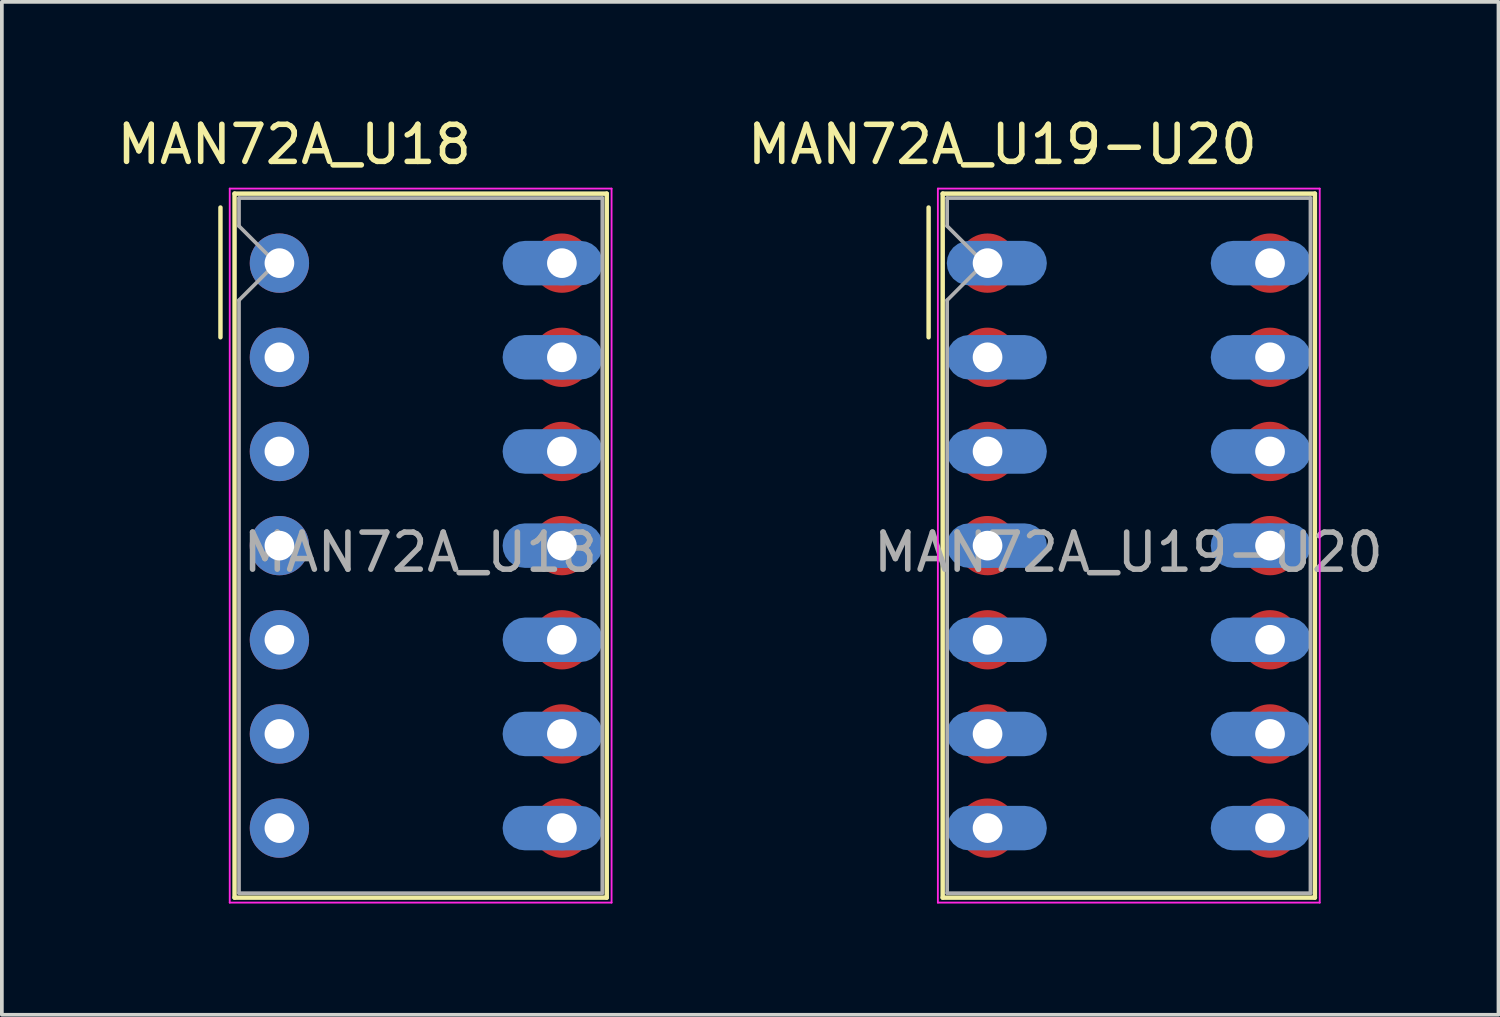
<source format=kicad_pcb>
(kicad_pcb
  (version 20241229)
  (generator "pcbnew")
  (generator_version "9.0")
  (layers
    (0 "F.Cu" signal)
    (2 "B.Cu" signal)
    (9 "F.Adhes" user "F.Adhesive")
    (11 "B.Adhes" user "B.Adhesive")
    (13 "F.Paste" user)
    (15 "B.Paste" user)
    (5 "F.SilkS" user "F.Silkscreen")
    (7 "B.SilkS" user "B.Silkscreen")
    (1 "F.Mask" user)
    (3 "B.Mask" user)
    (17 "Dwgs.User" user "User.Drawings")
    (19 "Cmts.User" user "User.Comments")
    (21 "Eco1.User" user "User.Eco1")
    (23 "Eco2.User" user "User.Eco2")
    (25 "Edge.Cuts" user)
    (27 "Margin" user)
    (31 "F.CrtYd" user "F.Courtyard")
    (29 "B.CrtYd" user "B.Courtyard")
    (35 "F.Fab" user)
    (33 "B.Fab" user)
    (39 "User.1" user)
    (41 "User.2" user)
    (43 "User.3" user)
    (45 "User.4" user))
  (footprint "MAN72A_U18"
    (layer "F.Cu")
    (at 4.487 4.048)
    (property "Reference" "MAN72A_U18" (at 0.4 -3.2 0) (layer "F.SilkS") (effects (font (size 1 1) (thickness 0.15))))
    (attr through_hole)
    (fp_rect (start 1.2 0) (end -1.2 15.24) (stroke (width 0) (type solid)) (fill yes) (layer "F.Mask"))
    (fp_rect (start 8.82 0) (end 6.42 15.24) (stroke (width 0) (type solid)) (fill yes) (layer "F.Mask"))
    (fp_circle (center 0 0) (end 1.2 0) (stroke (width 0) (type solid)) (fill yes) (layer "F.Mask"))
    (fp_circle (center 0 15.24) (end 1.2 15.24) (stroke (width 0) (type solid)) (fill yes) (layer "F.Mask"))
    (fp_circle (center 7.62 0) (end 8.82 0) (stroke (width 0) (type solid)) (fill yes) (layer "F.Mask"))
    (fp_circle (center 7.62 15.24) (end 8.82 15.24) (stroke (width 0) (type solid)) (fill yes) (layer "F.Mask"))
    (fp_rect (start -1.2 0) (end 1.2 15.24) (stroke (width 0) (type solid)) (fill yes) (layer "B.Mask"))
    (fp_rect (start 5.72 -0.7) (end 9.52 0.7) (stroke (width 0) (type solid)) (fill yes) (layer "B.Mask"))
    (fp_rect (start 5.72 1.84) (end 9.52 3.24) (stroke (width 0) (type solid)) (fill yes) (layer "B.Mask"))
    (fp_rect (start 5.72 4.38) (end 9.52 5.78) (stroke (width 0) (type solid)) (fill yes) (layer "B.Mask"))
    (fp_rect (start 5.72 6.92) (end 9.52 8.32) (stroke (width 0) (type solid)) (fill yes) (layer "B.Mask"))
    (fp_rect (start 5.72 9.46) (end 9.52 10.86) (stroke (width 0) (type solid)) (fill yes) (layer "B.Mask"))
    (fp_rect (start 5.72 12) (end 9.52 13.4) (stroke (width 0) (type solid)) (fill yes) (layer "B.Mask"))
    (fp_rect (start 5.72 14.54) (end 9.52 15.94) (stroke (width 0) (type solid)) (fill yes) (layer "B.Mask"))
    (fp_circle (center 0 0) (end -1.2 0) (stroke (width 0) (type solid)) (fill yes) (layer "B.Mask"))
    (fp_circle (center 0 15.24) (end -1.2 15.24) (stroke (width 0) (type solid)) (fill yes) (layer "B.Mask"))
    (fp_line (start -1.59 -1.5) (end -1.59 2) (stroke (width 0.12) (type solid)) (layer "F.SilkS"))
    (fp_line (start -1.21 -1.875) (end 8.83 -1.875) (stroke (width 0.12) (type solid)) (layer "F.SilkS"))
    (fp_line (start -1.21 17.115) (end -1.21 -1.875) (stroke (width 0.12) (type solid)) (layer "F.SilkS"))
    (fp_line (start 8.83 -1.875) (end 8.83 17.115) (stroke (width 0.12) (type solid)) (layer "F.SilkS"))
    (fp_line (start 8.83 17.115) (end -1.21 17.115) (stroke (width 0.12) (type solid)) (layer "F.SilkS"))
    (fp_line (start -1.34 -2.01) (end 8.96 -2.01) (stroke (width 0.05) (type solid)) (layer "F.CrtYd"))
    (fp_line (start -1.34 17.25) (end -1.34 -2.01) (stroke (width 0.05) (type solid)) (layer "F.CrtYd"))
    (fp_line (start 8.96 -2.01) (end 8.96 17.25) (stroke (width 0.05) (type solid)) (layer "F.CrtYd"))
    (fp_line (start 8.96 17.25) (end -1.34 17.25) (stroke (width 0.05) (type solid)) (layer "F.CrtYd"))
    (fp_line (start -1.09 -1.755) (end 8.71 -1.755) (stroke (width 0.1) (type solid)) (layer "F.Fab"))
    (fp_line (start -1.09 -1) (end -1.09 -1.755) (stroke (width 0.1) (type solid)) (layer "F.Fab"))
    (fp_line (start -1.09 1) (end -0.09 0) (stroke (width 0.1) (type solid)) (layer "F.Fab"))
    (fp_line (start -1.09 16.995) (end -1.09 1) (stroke (width 0.1) (type solid)) (layer "F.Fab"))
    (fp_line (start -0.09 0) (end -1.09 -1) (stroke (width 0.1) (type solid)) (layer "F.Fab"))
    (fp_line (start 8.71 -1.755) (end 8.71 16.995) (stroke (width 0.1) (type solid)) (layer "F.Fab"))
    (fp_line (start 8.71 16.995) (end -1.09 16.995) (stroke (width 0.1) (type solid)) (layer "F.Fab"))
    (fp_text user "${REFERENCE}" (at 3.8 7.8 0) (layer "F.Fab") (effects (font (size 1 1) (thickness 0.15))))
    (pad "1" thru_hole oval (at 0 0) (size 1.6 1.6) (drill 0.8) (layers "*.Cu" "*.Mask"))
    (pad "2" thru_hole oval (at 0 2.54) (size 1.6 1.6) (drill 0.8) (layers "*.Cu" "*.Mask"))
    (pad "3" thru_hole oval (at 0 5.08) (size 1.6 1.6) (drill 0.8) (layers "*.Cu" "*.Mask"))
    (pad "4" thru_hole oval (at 0 7.62) (size 1.6 1.6) (drill 0.8) (layers "*.Cu" "*.Mask"))
    (pad "5" thru_hole oval (at 0 10.16) (size 1.6 1.6) (drill 0.8) (layers "*.Cu" "*.Mask"))
    (pad "6" thru_hole oval (at 0 12.7) (size 1.6 1.6) (drill 0.8) (layers "*.Cu" "*.Mask"))
    (pad "7" thru_hole oval (at 0 15.24) (size 1.6 1.6) (drill 0.8) (layers "*.Cu" "*.Mask"))
    (pad "8" smd roundrect (at 7.37 15.24) (size 2.7 1.2) (layers "B.Cu") (roundrect_rratio 0.5))
    (pad "8" thru_hole oval (at 7.62 15.24) (size 1.2 1.2) (drill 0.8) (layers "*.Cu" "*.Mask"))
    (pad "8" smd circle (at 7.62 15.24) (size 1.6 1.6) (layers "F.Cu"))
    (pad "9" smd roundrect (at 7.37 12.7) (size 2.7 1.2) (layers "B.Cu") (roundrect_rratio 0.5))
    (pad "9" thru_hole oval (at 7.62 12.7) (size 1.2 1.2) (drill 0.8) (layers "*.Cu" "*.Mask"))
    (pad "9" smd circle (at 7.62 12.7) (size 1.6 1.6) (layers "F.Cu"))
    (pad "10" smd roundrect (at 7.37 10.16) (size 2.7 1.2) (layers "B.Cu") (roundrect_rratio 0.5))
    (pad "10" thru_hole oval (at 7.62 10.16) (size 1.2 1.2) (drill 0.8) (layers "*.Cu" "*.Mask"))
    (pad "10" smd circle (at 7.62 10.16) (size 1.6 1.6) (layers "F.Cu"))
    (pad "11" smd roundrect (at 7.37 7.62) (size 2.7 1.2) (layers "B.Cu") (roundrect_rratio 0.5))
    (pad "11" thru_hole oval (at 7.62 7.62) (size 1.2 1.2) (drill 0.8) (layers "*.Cu" "*.Mask"))
    (pad "11" smd circle (at 7.62 7.62) (size 1.6 1.6) (layers "F.Cu"))
    (pad "12" smd roundrect (at 7.37 5.08) (size 2.7 1.2) (layers "B.Cu") (roundrect_rratio 0.5))
    (pad "12" thru_hole oval (at 7.62 5.08) (size 1.2 1.2) (drill 0.8) (layers "*.Cu" "*.Mask"))
    (pad "12" smd circle (at 7.62 5.08) (size 1.6 1.6) (layers "F.Cu"))
    (pad "13" smd roundrect (at 7.37 2.54) (size 2.7 1.2) (layers "B.Cu") (roundrect_rratio 0.5))
    (pad "13" thru_hole oval (at 7.62 2.54) (size 1.2 1.2) (drill 0.8) (layers "*.Cu" "*.Mask"))
    (pad "13" smd circle (at 7.62 2.54) (size 1.6 1.6) (layers "F.Cu"))
    (pad "14" smd roundrect (at 7.37 0) (size 2.7 1.2) (layers "B.Cu") (roundrect_rratio 0.5))
    (pad "14" thru_hole oval (at 7.62 0) (size 1.2 1.2) (drill 0.8) (layers "*.Cu" "*.Mask"))
    (pad "14" smd circle (at 7.62 0) (size 1.6 1.6) (layers "F.Cu")))
  (footprint "MAN72A_U19-U20"
    (layer "F.Cu")
    (at 23.589 4.048)
    (property "Reference" "MAN72A_U19-U20" (at 0.4 -3.2 0) (layer "F.SilkS") (effects (font (size 1 1) (thickness 0.15))))
    (attr through_hole)
    (fp_rect (start 1.2 0) (end -1.2 15.24) (stroke (width 0) (type solid)) (fill yes) (layer "F.Mask"))
    (fp_rect (start 8.82 0) (end 6.42 15.24) (stroke (width 0) (type solid)) (fill yes) (layer "F.Mask"))
    (fp_circle (center 0 0) (end 1.2 0) (stroke (width 0) (type solid)) (fill yes) (layer "F.Mask"))
    (fp_circle (center 0 15.24) (end 1.2 15.24) (stroke (width 0) (type solid)) (fill yes) (layer "F.Mask"))
    (fp_circle (center 7.62 0) (end 8.82 0) (stroke (width 0) (type solid)) (fill yes) (layer "F.Mask"))
    (fp_circle (center 7.62 15.24) (end 8.82 15.24) (stroke (width 0) (type solid)) (fill yes) (layer "F.Mask"))
    (fp_rect (start -1.9 -0.7) (end 1.9 0.7) (stroke (width 0) (type solid)) (fill yes) (layer "B.Mask"))
    (fp_rect (start -1.9 1.84) (end 1.9 3.24) (stroke (width 0) (type solid)) (fill yes) (layer "B.Mask"))
    (fp_rect (start -1.9 4.38) (end 1.9 5.78) (stroke (width 0) (type solid)) (fill yes) (layer "B.Mask"))
    (fp_rect (start -1.9 6.92) (end 1.9 8.32) (stroke (width 0) (type solid)) (fill yes) (layer "B.Mask"))
    (fp_rect (start -1.9 9.46) (end 1.9 10.86) (stroke (width 0) (type solid)) (fill yes) (layer "B.Mask"))
    (fp_rect (start -1.9 12) (end 1.9 13.4) (stroke (width 0) (type solid)) (fill yes) (layer "B.Mask"))
    (fp_rect (start -1.9 14.54) (end 1.9 15.94) (stroke (width 0) (type solid)) (fill yes) (layer "B.Mask"))
    (fp_rect (start 5.72 -0.7) (end 9.52 0.7) (stroke (width 0) (type solid)) (fill yes) (layer "B.Mask"))
    (fp_rect (start 5.72 1.84) (end 9.52 3.24) (stroke (width 0) (type solid)) (fill yes) (layer "B.Mask"))
    (fp_rect (start 5.72 4.38) (end 9.52 5.78) (stroke (width 0) (type solid)) (fill yes) (layer "B.Mask"))
    (fp_rect (start 5.72 6.92) (end 9.52 8.32) (stroke (width 0) (type solid)) (fill yes) (layer "B.Mask"))
    (fp_rect (start 5.72 9.46) (end 9.52 10.86) (stroke (width 0) (type solid)) (fill yes) (layer "B.Mask"))
    (fp_rect (start 5.72 12) (end 9.52 13.4) (stroke (width 0) (type solid)) (fill yes) (layer "B.Mask"))
    (fp_rect (start 5.72 14.54) (end 9.52 15.94) (stroke (width 0) (type solid)) (fill yes) (layer "B.Mask"))
    (fp_line (start -1.59 -1.5) (end -1.59 2) (stroke (width 0.12) (type solid)) (layer "F.SilkS"))
    (fp_line (start -1.21 -1.875) (end 8.83 -1.875) (stroke (width 0.12) (type solid)) (layer "F.SilkS"))
    (fp_line (start -1.21 17.115) (end -1.21 -1.875) (stroke (width 0.12) (type solid)) (layer "F.SilkS"))
    (fp_line (start 8.83 -1.875) (end 8.83 17.115) (stroke (width 0.12) (type solid)) (layer "F.SilkS"))
    (fp_line (start 8.83 17.115) (end -1.21 17.115) (stroke (width 0.12) (type solid)) (layer "F.SilkS"))
    (fp_line (start -1.34 -2.01) (end 8.96 -2.01) (stroke (width 0.05) (type solid)) (layer "F.CrtYd"))
    (fp_line (start -1.34 17.25) (end -1.34 -2.01) (stroke (width 0.05) (type solid)) (layer "F.CrtYd"))
    (fp_line (start 8.96 -2.01) (end 8.96 17.25) (stroke (width 0.05) (type solid)) (layer "F.CrtYd"))
    (fp_line (start 8.96 17.25) (end -1.34 17.25) (stroke (width 0.05) (type solid)) (layer "F.CrtYd"))
    (fp_line (start -1.09 -1.755) (end 8.71 -1.755) (stroke (width 0.1) (type solid)) (layer "F.Fab"))
    (fp_line (start -1.09 -1) (end -1.09 -1.755) (stroke (width 0.1) (type solid)) (layer "F.Fab"))
    (fp_line (start -1.09 1) (end -0.09 0) (stroke (width 0.1) (type solid)) (layer "F.Fab"))
    (fp_line (start -1.09 16.995) (end -1.09 1) (stroke (width 0.1) (type solid)) (layer "F.Fab"))
    (fp_line (start -0.09 0) (end -1.09 -1) (stroke (width 0.1) (type solid)) (layer "F.Fab"))
    (fp_line (start 8.71 -1.755) (end 8.71 16.995) (stroke (width 0.1) (type solid)) (layer "F.Fab"))
    (fp_line (start 8.71 16.995) (end -1.09 16.995) (stroke (width 0.1) (type solid)) (layer "F.Fab"))
    (fp_text user "${REFERENCE}" (at 3.8 7.8 0) (layer "F.Fab") (effects (font (size 1 1) (thickness 0.15))))
    (pad "1" thru_hole oval (at 0 0) (size 1.2 1.2) (drill 0.8) (layers "*.Cu" "*.Mask"))
    (pad "1" smd circle (at 0 0) (size 1.6 1.6) (layers "F.Cu"))
    (pad "1" smd roundrect (at 0.25 0) (size 2.7 1.2) (layers "B.Cu") (roundrect_rratio 0.5))
    (pad "2" thru_hole oval (at 0 2.54) (size 1.2 1.2) (drill 0.8) (layers "*.Cu" "*.Mask"))
    (pad "2" smd circle (at 0 2.54) (size 1.6 1.6) (layers "F.Cu"))
    (pad "2" smd roundrect (at 0.25 2.54) (size 2.7 1.2) (layers "B.Cu") (roundrect_rratio 0.5))
    (pad "3" thru_hole oval (at 0 5.08) (size 1.2 1.2) (drill 0.8) (layers "*.Cu" "*.Mask"))
    (pad "3" smd circle (at 0 5.08) (size 1.6 1.6) (layers "F.Cu"))
    (pad "3" smd roundrect (at 0.25 5.08) (size 2.7 1.2) (layers "B.Cu") (roundrect_rratio 0.5))
    (pad "4" thru_hole oval (at 0 7.62) (size 1.2 1.2) (drill 0.8) (layers "*.Cu" "*.Mask"))
    (pad "4" smd circle (at 0 7.62) (size 1.6 1.6) (layers "F.Cu"))
    (pad "4" smd roundrect (at 0.25 7.62) (size 2.7 1.2) (layers "B.Cu") (roundrect_rratio 0.5))
    (pad "5" thru_hole oval (at 0 10.16) (size 1.2 1.2) (drill 0.8) (layers "*.Cu" "*.Mask"))
    (pad "5" smd circle (at 0 10.16) (size 1.6 1.6) (layers "F.Cu"))
    (pad "5" smd roundrect (at 0.25 10.16) (size 2.7 1.2) (layers "B.Cu") (roundrect_rratio 0.5))
    (pad "6" thru_hole oval (at 0 12.7) (size 1.2 1.2) (drill 0.8) (layers "*.Cu" "*.Mask"))
    (pad "6" smd circle (at 0 12.7) (size 1.6 1.6) (layers "F.Cu"))
    (pad "6" smd roundrect (at 0.25 12.7) (size 2.7 1.2) (layers "B.Cu") (roundrect_rratio 0.5))
    (pad "7" thru_hole oval (at 0 15.24) (size 1.2 1.2) (drill 0.8) (layers "*.Cu" "*.Mask"))
    (pad "7" smd circle (at 0 15.24) (size 1.6 1.6) (layers "F.Cu"))
    (pad "7" smd roundrect (at 0.25 15.24) (size 2.7 1.2) (layers "B.Cu") (roundrect_rratio 0.5))
    (pad "8" smd roundrect (at 7.37 15.24) (size 2.7 1.2) (layers "B.Cu") (roundrect_rratio 0.5))
    (pad "8" thru_hole oval (at 7.62 15.24) (size 1.2 1.2) (drill 0.8) (layers "*.Cu" "*.Mask"))
    (pad "8" smd circle (at 7.62 15.24) (size 1.6 1.6) (layers "F.Cu"))
    (pad "9" smd roundrect (at 7.37 12.7) (size 2.7 1.2) (layers "B.Cu") (roundrect_rratio 0.5))
    (pad "9" thru_hole oval (at 7.62 12.7) (size 1.2 1.2) (drill 0.8) (layers "*.Cu" "*.Mask"))
    (pad "9" smd circle (at 7.62 12.7) (size 1.6 1.6) (layers "F.Cu"))
    (pad "10" smd roundrect (at 7.37 10.16) (size 2.7 1.2) (layers "B.Cu") (roundrect_rratio 0.5))
    (pad "10" thru_hole oval (at 7.62 10.16) (size 1.2 1.2) (drill 0.8) (layers "*.Cu" "*.Mask"))
    (pad "10" smd circle (at 7.62 10.16) (size 1.6 1.6) (layers "F.Cu"))
    (pad "11" smd roundrect (at 7.37 7.62) (size 2.7 1.2) (layers "B.Cu") (roundrect_rratio 0.5))
    (pad "11" thru_hole oval (at 7.62 7.62) (size 1.2 1.2) (drill 0.8) (layers "*.Cu" "*.Mask"))
    (pad "11" smd circle (at 7.62 7.62) (size 1.6 1.6) (layers "F.Cu"))
    (pad "12" smd roundrect (at 7.37 5.08) (size 2.7 1.2) (layers "B.Cu") (roundrect_rratio 0.5))
    (pad "12" thru_hole oval (at 7.62 5.08) (size 1.2 1.2) (drill 0.8) (layers "*.Cu" "*.Mask"))
    (pad "12" smd circle (at 7.62 5.08) (size 1.6 1.6) (layers "F.Cu"))
    (pad "13" smd roundrect (at 7.37 2.54) (size 2.7 1.2) (layers "B.Cu") (roundrect_rratio 0.5))
    (pad "13" thru_hole oval (at 7.62 2.54) (size 1.2 1.2) (drill 0.8) (layers "*.Cu" "*.Mask"))
    (pad "13" smd circle (at 7.62 2.54) (size 1.6 1.6) (layers "F.Cu"))
    (pad "14" smd roundrect (at 7.37 0) (size 2.7 1.2) (layers "B.Cu") (roundrect_rratio 0.5))
    (pad "14" thru_hole oval (at 7.62 0) (size 1.2 1.2) (drill 0.8) (layers "*.Cu" "*.Mask"))
    (pad "14" smd circle (at 7.62 0) (size 1.6 1.6) (layers "F.Cu")))
  (gr_rect
    (start -3 -3)
    (end 37.371 24.323)
    (stroke (width 0.1) (type default))
    (fill no)
    (layer "Edge.Cuts")))
</source>
